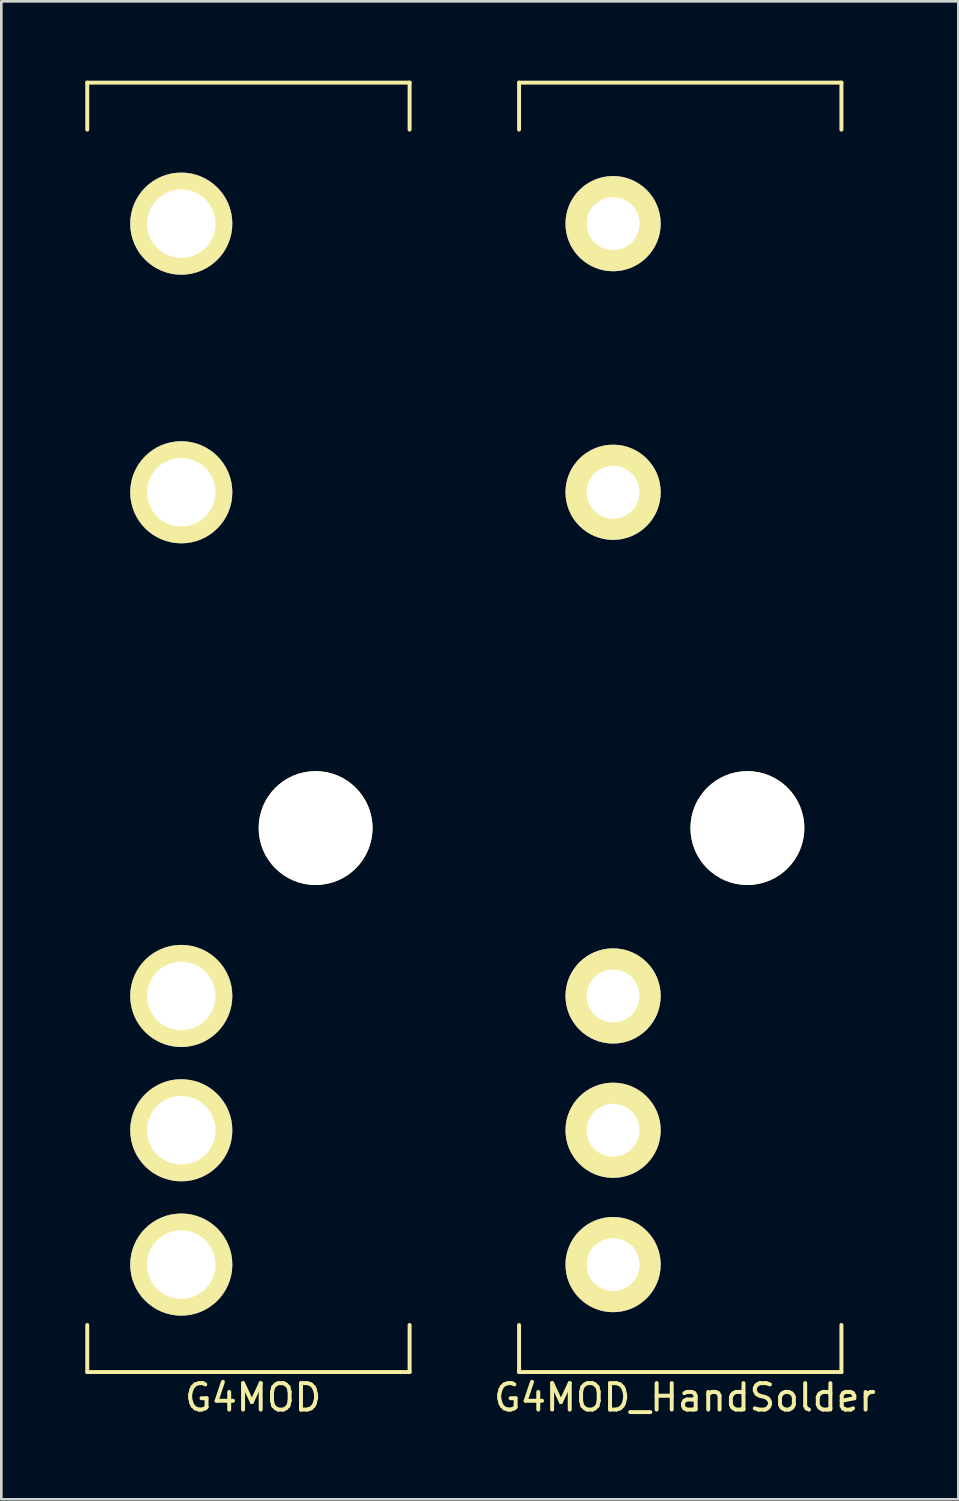
<source format=kicad_pcb>
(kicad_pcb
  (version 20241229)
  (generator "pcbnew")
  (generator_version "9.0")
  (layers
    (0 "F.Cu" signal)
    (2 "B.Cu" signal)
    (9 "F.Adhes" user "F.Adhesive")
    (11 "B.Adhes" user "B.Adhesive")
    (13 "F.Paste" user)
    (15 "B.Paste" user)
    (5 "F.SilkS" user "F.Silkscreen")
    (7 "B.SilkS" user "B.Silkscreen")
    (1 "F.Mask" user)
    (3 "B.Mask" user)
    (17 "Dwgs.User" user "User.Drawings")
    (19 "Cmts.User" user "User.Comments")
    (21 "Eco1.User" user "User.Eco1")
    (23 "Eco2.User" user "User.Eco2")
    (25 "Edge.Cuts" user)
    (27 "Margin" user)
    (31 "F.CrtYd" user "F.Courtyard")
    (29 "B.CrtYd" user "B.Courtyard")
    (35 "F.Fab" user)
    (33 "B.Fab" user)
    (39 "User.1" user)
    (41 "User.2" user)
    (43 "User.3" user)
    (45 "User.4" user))
  (footprint "G4MOD"
    (layer "F.Cu")
    (at 0.25 48.843)
    (property "Reference" "G4MOD" (at 6.274 0.965 0) (layer "F.SilkS") (effects (font (size 1 1) (thickness 0.15))))
    (attr through_hole)
    (fp_line (start 0 -48.768) (end 0 -46.99) (stroke (width 0.15) (type solid)) (layer "F.SilkS"))
    (fp_line (start 0 -48.768) (end 12.192 -48.768) (stroke (width 0.15) (type solid)) (layer "F.SilkS"))
    (fp_line (start 0 -1.778) (end 0 0) (stroke (width 0.15) (type solid)) (layer "F.SilkS"))
    (fp_line (start 0 0) (end 12.192 0) (stroke (width 0.15) (type solid)) (layer "F.SilkS"))
    (fp_line (start 12.192 -48.768) (end 12.192 -46.99) (stroke (width 0.15) (type solid)) (layer "F.SilkS"))
    (fp_line (start 12.192 0) (end 12.192 -1.778) (stroke (width 0.15) (type solid)) (layer "F.SilkS"))
    (pad "" np_thru_hole circle (at 8.636 -20.574) (size 4.305 4.305) (drill 4.305) (layers "*.Cu" "*.Mask" "F.SilkS"))
    (pad "1" thru_hole circle (at 3.556 -43.434) (size 3.861 3.861) (drill 2.591) (layers "*.Cu" "*.Mask" "F.SilkS"))
    (pad "2" thru_hole circle (at 3.556 -33.274) (size 3.861 3.861) (drill 2.591) (layers "*.Cu" "*.Mask" "F.SilkS"))
    (pad "3" thru_hole circle (at 3.556 -14.224) (size 3.861 3.861) (drill 2.591) (layers "*.Cu" "*.Mask" "F.SilkS"))
    (pad "4" thru_hole circle (at 3.556 -9.144) (size 3.861 3.861) (drill 2.591) (layers "*.Cu" "*.Mask" "F.SilkS"))
    (pad "5" thru_hole circle (at 3.556 -4.064) (size 3.861 3.861) (drill 2.591) (layers "*.Cu" "*.Mask" "F.SilkS")))
  (footprint "G4MOD_HandSolder"
    (layer "F.Cu")
    (at 16.582 48.843)
    (property "Reference" "G4MOD_HandSolder" (at 6.274 0.965 0) (layer "F.SilkS") (effects (font (size 1 1) (thickness 0.15))))
    (attr through_hole)
    (fp_line (start 0 -48.768) (end 0 -46.99) (stroke (width 0.15) (type solid)) (layer "F.SilkS"))
    (fp_line (start 0 -48.768) (end 12.192 -48.768) (stroke (width 0.15) (type solid)) (layer "F.SilkS"))
    (fp_line (start 0 -1.778) (end 0 0) (stroke (width 0.15) (type solid)) (layer "F.SilkS"))
    (fp_line (start 0 0) (end 12.192 0) (stroke (width 0.15) (type solid)) (layer "F.SilkS"))
    (fp_line (start 12.192 -48.768) (end 12.192 -46.99) (stroke (width 0.15) (type solid)) (layer "F.SilkS"))
    (fp_line (start 12.192 0) (end 12.192 -1.778) (stroke (width 0.15) (type solid)) (layer "F.SilkS"))
    (pad "" np_thru_hole circle (at 8.636 -20.574) (size 4.305 4.305) (drill 4.305) (layers "*.Cu" "*.Mask" "F.SilkS"))
    (pad "1" thru_hole circle (at 3.556 -43.434) (size 3.6 3.6) (drill 2) (layers "*.Cu" "*.Mask" "F.SilkS"))
    (pad "2" thru_hole circle (at 3.556 -33.274) (size 3.6 3.6) (drill 2) (layers "*.Cu" "*.Mask" "F.SilkS"))
    (pad "3" thru_hole circle (at 3.556 -14.224) (size 3.6 3.6) (drill 2) (layers "*.Cu" "*.Mask" "F.SilkS"))
    (pad "4" thru_hole circle (at 3.556 -9.144) (size 3.6 3.6) (drill 2) (layers "*.Cu" "*.Mask" "F.SilkS"))
    (pad "5" thru_hole circle (at 3.556 -4.064) (size 3.6 3.6) (drill 2) (layers "*.Cu" "*.Mask" "F.SilkS")))
  (gr_rect
    (start -3 -3)
    (end 33.196 53.656)
    (stroke (width 0.1) (type default))
    (fill no)
    (layer "Edge.Cuts")))
</source>
